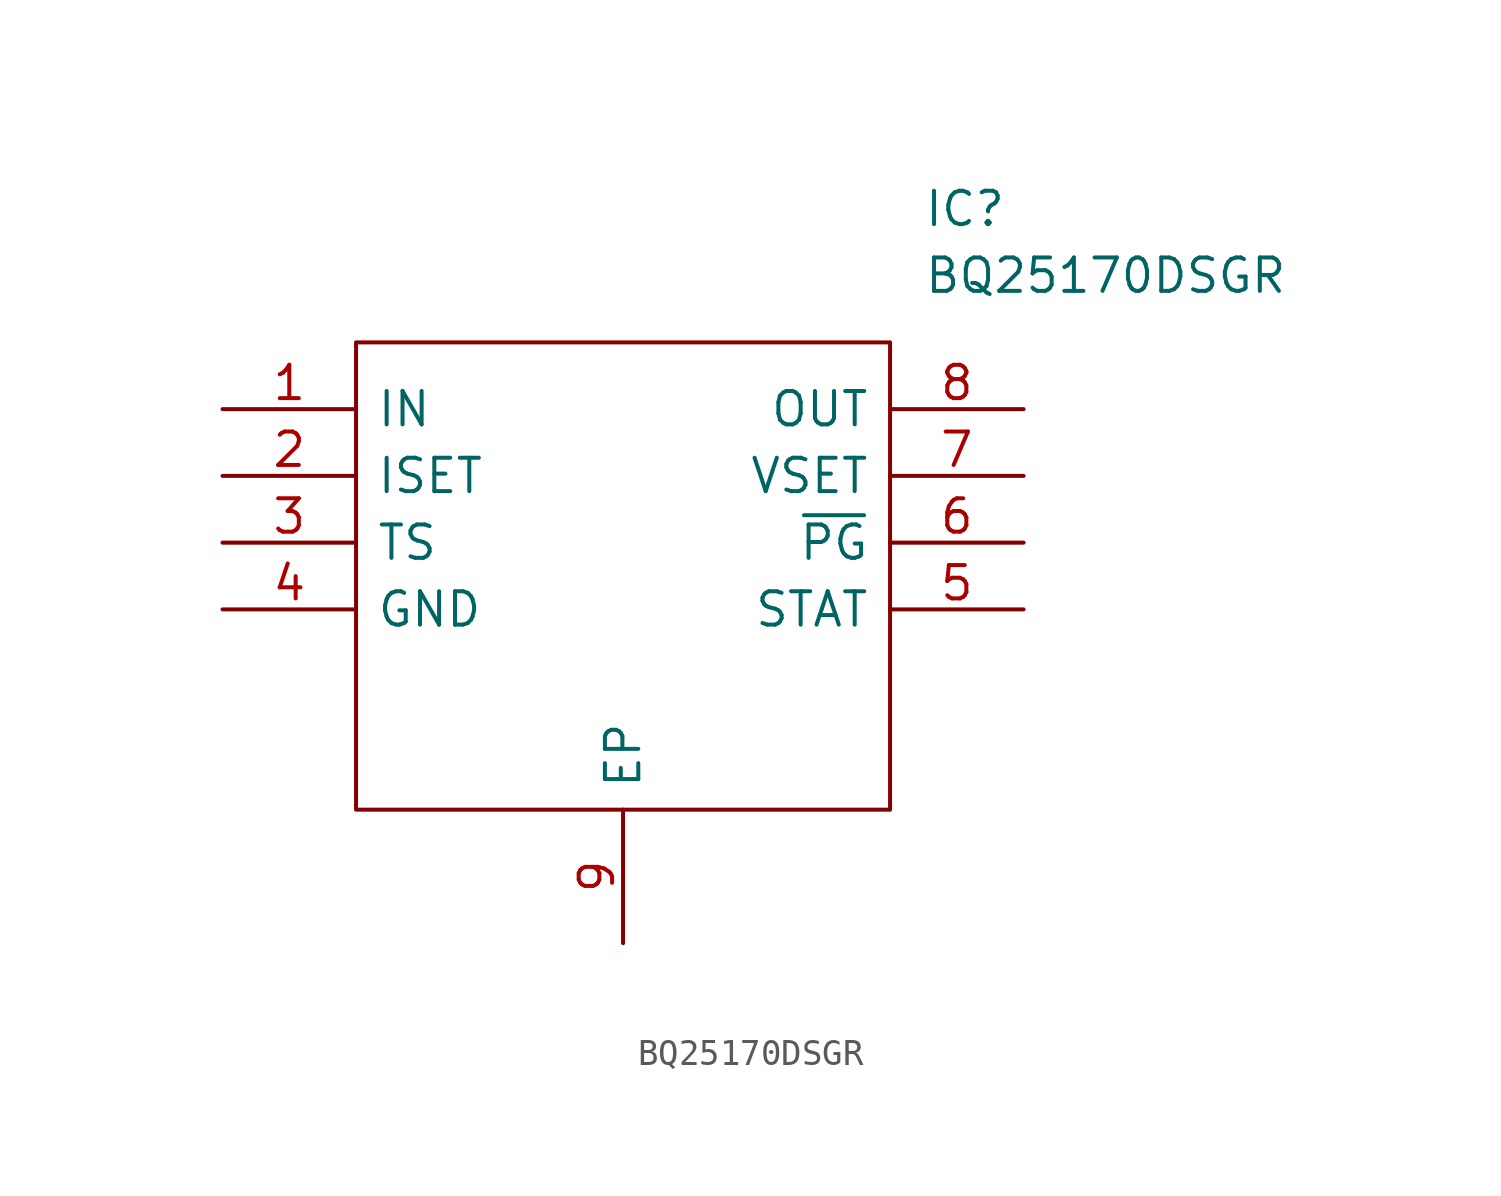
<source format=kicad_sym>
(kicad_symbol_lib
  (version 20231120)
  (generator "kicad_symbol_editor")
  (generator_version "8.0")
  (symbol "BQ25170DSGR"
    (pin_names
      (offset 0.762))
    (property "Reference" "IC"
      (at 26.67 7.62 0)
      (effects (font (size 1.27 1.27)) (justify left)))
    (property "Value" "BQ25170DSGR"
      (at 26.67 5.08 0)
      (effects (font (size 1.27 1.27)) (justify left)))
    (symbol "BQ25170DSGR_0_0"
      (pin passive line (at 0 0 0) (length 5.08) (name "IN" (effects (font (size 1.27 1.27)))) (number "1" (effects (font (size 1.27 1.27)))))
      (pin passive line (at 0 -2.54 0) (length 5.08) (name "ISET" (effects (font (size 1.27 1.27)))) (number "2" (effects (font (size 1.27 1.27)))))
      (pin passive line (at 0 -5.08 0) (length 5.08) (name "TS" (effects (font (size 1.27 1.27)))) (number "3" (effects (font (size 1.27 1.27)))))
      (pin passive line (at 0 -7.62 0) (length 5.08) (name "GND" (effects (font (size 1.27 1.27)))) (number "4" (effects (font (size 1.27 1.27)))))
      (pin passive line (at 30.48 -7.62 180) (length 5.08) (name "STAT" (effects (font (size 1.27 1.27)))) (number "5" (effects (font (size 1.27 1.27)))))
      (pin passive line (at 30.48 -5.08 180) (length 5.08) (name "~{PG}" (effects (font (size 1.27 1.27)))) (number "6" (effects (font (size 1.27 1.27)))))
      (pin passive line (at 30.48 -2.54 180) (length 5.08) (name "VSET" (effects (font (size 1.27 1.27)))) (number "7" (effects (font (size 1.27 1.27)))))
      (pin passive line (at 30.48 0 180) (length 5.08) (name "OUT" (effects (font (size 1.27 1.27)))) (number "8" (effects (font (size 1.27 1.27)))))
      (pin passive line (at 15.24 -20.32 90) (length 5.08) (name "EP" (effects (font (size 1.27 1.27)))) (number "9" (effects (font (size 1.27 1.27))))))
    (symbol "BQ25170DSGR_0_1"
      (polyline (pts (xy 5.08 2.54) (xy 25.4 2.54) (xy 25.4 -15.24) (xy 5.08 -15.24) (xy 5.08 2.54)) (stroke (width 0.152) (type solid)) (fill (type none))))))
</source>
